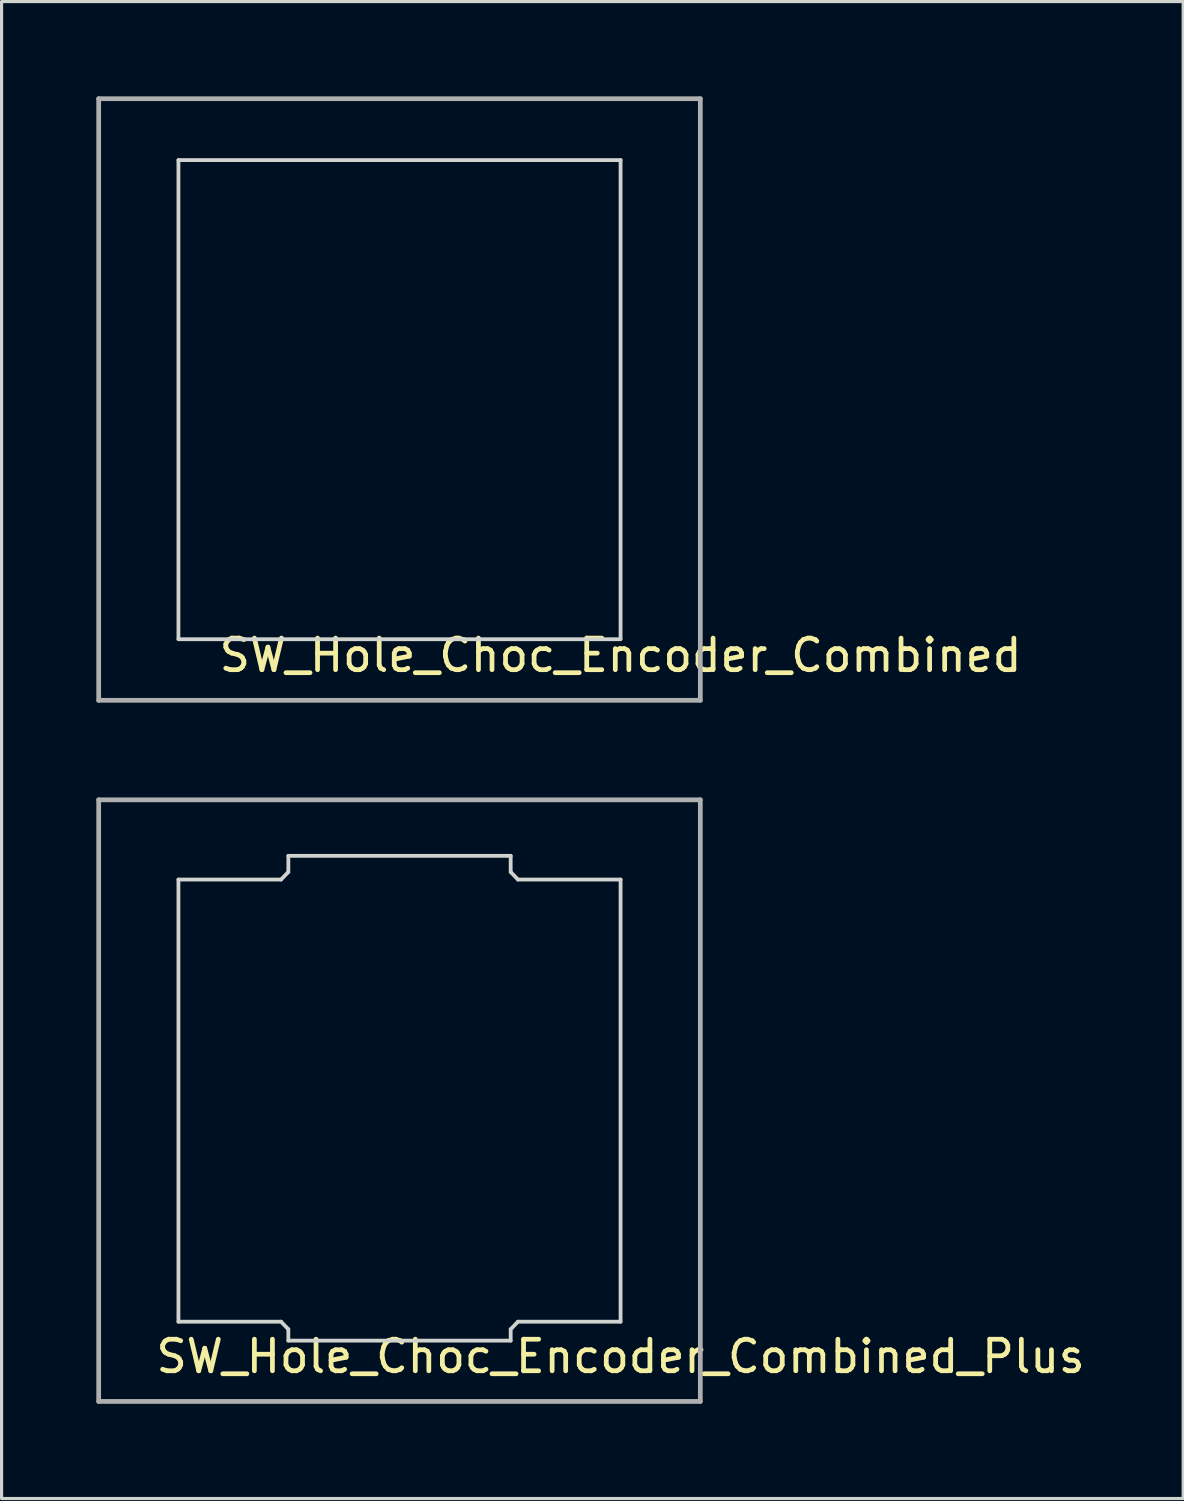
<source format=kicad_pcb>
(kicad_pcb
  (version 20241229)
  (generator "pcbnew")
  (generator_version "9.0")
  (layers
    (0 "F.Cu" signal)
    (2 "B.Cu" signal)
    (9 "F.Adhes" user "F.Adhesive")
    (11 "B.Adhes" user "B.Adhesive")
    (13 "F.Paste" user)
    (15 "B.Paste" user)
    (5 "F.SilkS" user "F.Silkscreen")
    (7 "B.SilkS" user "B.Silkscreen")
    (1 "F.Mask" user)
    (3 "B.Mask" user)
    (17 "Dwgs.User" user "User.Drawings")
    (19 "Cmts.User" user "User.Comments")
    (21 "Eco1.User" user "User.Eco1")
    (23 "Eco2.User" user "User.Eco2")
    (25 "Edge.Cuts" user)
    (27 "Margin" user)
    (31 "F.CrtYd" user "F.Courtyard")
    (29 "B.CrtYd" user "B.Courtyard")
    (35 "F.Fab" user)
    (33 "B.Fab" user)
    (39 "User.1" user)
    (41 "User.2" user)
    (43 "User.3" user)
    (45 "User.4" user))
  (footprint "SW_Hole_Choc_Encoder_Combined"
    (layer "F.Cu")
    (at 9.6 9.6)
    (property "Reference" "SW_Hole_Choc_Encoder_Combined" (at 7 8.1 0) (layer "F.SilkS") (effects (font (size 1 1) (thickness 0.15))))
    (attr through_hole)
    (fp_line (start -7 -7.58) (end -7 7.58) (stroke (width 0.12) (type solid)) (layer "Edge.Cuts"))
    (fp_line (start -7 7.59) (end 7 7.59) (stroke (width 0.12) (type solid)) (layer "Edge.Cuts"))
    (fp_line (start 7 -7.58) (end -7 -7.58) (stroke (width 0.12) (type solid)) (layer "Edge.Cuts"))
    (fp_line (start 7 7.58) (end 7 -7.58) (stroke (width 0.12) (type solid)) (layer "Edge.Cuts"))
    (fp_line (start -9.525 -9.525) (end -9.525 9.525) (stroke (width 0.15) (type solid)) (layer "F.Fab"))
    (fp_line (start -9.525 9.525) (end 9.525 9.525) (stroke (width 0.15) (type solid)) (layer "F.Fab"))
    (fp_line (start 9.525 -9.525) (end -9.525 -9.525) (stroke (width 0.15) (type solid)) (layer "F.Fab"))
    (fp_line (start 9.525 9.525) (end 9.525 -9.525) (stroke (width 0.15) (type solid)) (layer "F.Fab")))
  (footprint "SW_Hole_Choc_Encoder_Combined_Plus"
    (layer "F.Cu")
    (at 9.6 31.8)
    (property "Reference" "SW_Hole_Choc_Encoder_Combined_Plus" (at 7 8.1 0) (layer "F.SilkS") (effects (font (size 1 1) (thickness 0.15))))
    (attr through_hole)
    (fp_line (start -7 -7.58) (end -7 7.58) (stroke (width 0.12) (type solid)) (layer "Eco1.User"))
    (fp_line (start -7 -7) (end 7 -7) (stroke (width 0.12) (type solid)) (layer "Eco1.User"))
    (fp_line (start -7 7) (end 7 7) (stroke (width 0.12) (type solid)) (layer "Eco1.User"))
    (fp_line (start -7 7.59) (end 7 7.59) (stroke (width 0.12) (type solid)) (layer "Eco1.User"))
    (fp_line (start -3.52 -7.58) (end -3.52 -7) (stroke (width 0.12) (type solid)) (layer "Eco1.User"))
    (fp_line (start -3.52 7) (end -3.52 7.59) (stroke (width 0.12) (type solid)) (layer "Eco1.User"))
    (fp_line (start 3.52 -7.58) (end 3.52 -7) (stroke (width 0.12) (type solid)) (layer "Eco1.User"))
    (fp_line (start 3.52 7) (end 3.52 7.59) (stroke (width 0.12) (type solid)) (layer "Eco1.User"))
    (fp_line (start 7 -7.58) (end -7 -7.58) (stroke (width 0.12) (type solid)) (layer "Eco1.User"))
    (fp_line (start 7 7.59) (end 7 -7.57) (stroke (width 0.12) (type solid)) (layer "Eco1.User"))
    (fp_line (start -7 -7) (end -7 7) (stroke (width 0.12) (type solid)) (layer "Edge.Cuts"))
    (fp_line (start -3.75 -7) (end -7 -7) (stroke (width 0.12) (type solid)) (layer "Edge.Cuts"))
    (fp_line (start -3.75 7) (end -7 7) (stroke (width 0.12) (type solid)) (layer "Edge.Cuts"))
    (fp_line (start -3.52 -7.75) (end -3.52 -7.24) (stroke (width 0.12) (type solid)) (layer "Edge.Cuts"))
    (fp_line (start -3.52 -7.24) (end -3.75 -7) (stroke (width 0.12) (type solid)) (layer "Edge.Cuts"))
    (fp_line (start -3.52 7.24) (end -3.75 7) (stroke (width 0.12) (type solid)) (layer "Edge.Cuts"))
    (fp_line (start -3.52 7.6) (end -3.52 7.24) (stroke (width 0.12) (type solid)) (layer "Edge.Cuts"))
    (fp_line (start -3.52 7.6) (end 3.52 7.6) (stroke (width 0.12) (type solid)) (layer "Edge.Cuts"))
    (fp_line (start 3.52 -7.75) (end -3.52 -7.75) (stroke (width 0.12) (type solid)) (layer "Edge.Cuts"))
    (fp_line (start 3.52 -7.75) (end 3.52 -7.24) (stroke (width 0.12) (type solid)) (layer "Edge.Cuts"))
    (fp_line (start 3.52 -7.24) (end 3.75 -7) (stroke (width 0.12) (type solid)) (layer "Edge.Cuts"))
    (fp_line (start 3.52 7.24) (end 3.75 7) (stroke (width 0.12) (type solid)) (layer "Edge.Cuts"))
    (fp_line (start 3.52 7.6) (end 3.52 7.24) (stroke (width 0.12) (type solid)) (layer "Edge.Cuts"))
    (fp_line (start 3.75 -7) (end 7 -7) (stroke (width 0.12) (type solid)) (layer "Edge.Cuts"))
    (fp_line (start 3.75 7) (end 7 7) (stroke (width 0.12) (type solid)) (layer "Edge.Cuts"))
    (fp_line (start 7 7) (end 7 -7) (stroke (width 0.12) (type solid)) (layer "Edge.Cuts"))
    (fp_line (start -9.525 -9.525) (end -9.525 9.525) (stroke (width 0.15) (type solid)) (layer "F.Fab"))
    (fp_line (start -9.525 9.525) (end 9.525 9.525) (stroke (width 0.15) (type solid)) (layer "F.Fab"))
    (fp_line (start 9.525 -9.525) (end -9.525 -9.525) (stroke (width 0.15) (type solid)) (layer "F.Fab"))
    (fp_line (start 9.525 9.525) (end 9.525 -9.525) (stroke (width 0.15) (type solid)) (layer "F.Fab")))
  (gr_rect
    (start -3 -3)
    (end 34.415 44.4)
    (stroke (width 0.1) (type default))
    (fill no)
    (layer "Edge.Cuts")))
</source>
